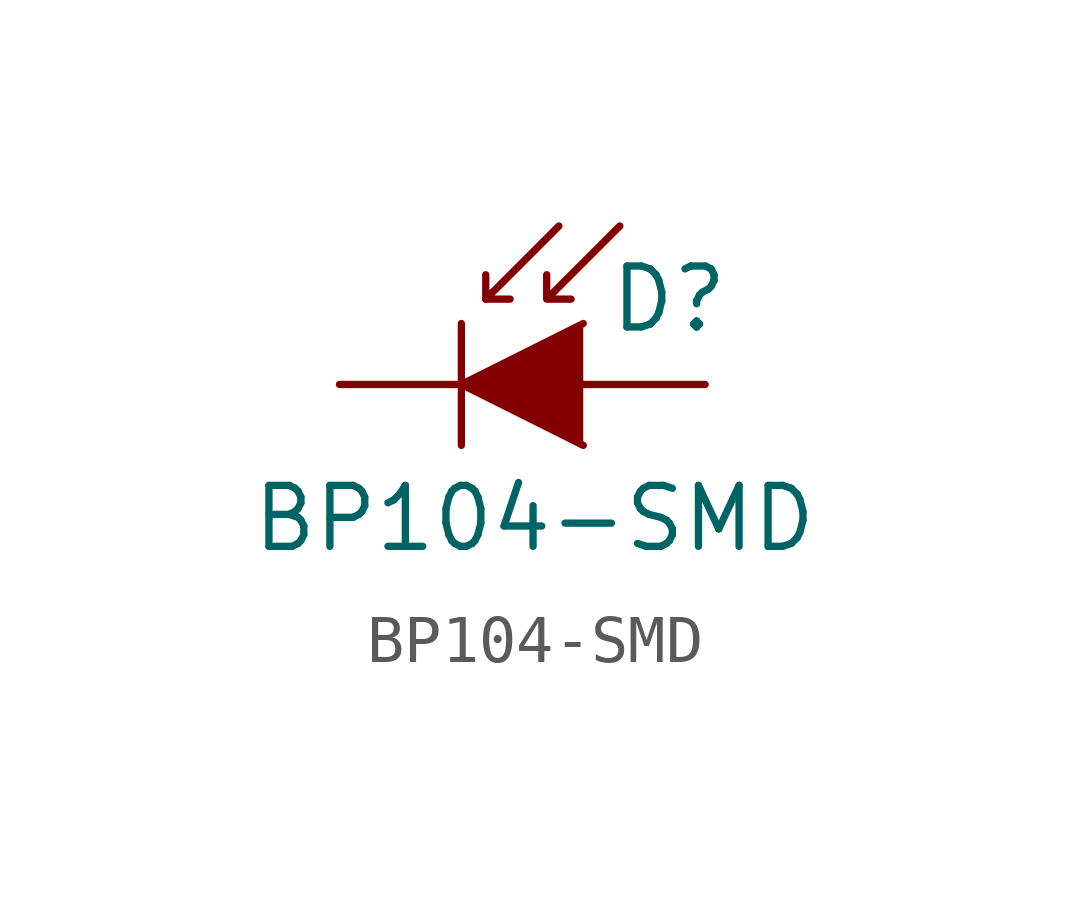
<source format=kicad_sym>
(kicad_symbol_lib
  (version 20211014)
  (generator kicad_symbol_editor)
  (symbol "BP104-SMD"
    (pin_numbers hide)
    (pin_names
      (offset 1.016) hide)
    (property "Reference" "D"
      (at 0.508 1.778 0)
      (effects (font (size 1.27 1.27)) (justify left)))
    (property "Value" "BP104-SMD"
      (at -1.016 -2.794 0)
      (effects (font (size 1.27 1.27))))
    (property "Datasheet" ""
      (at -1.27 0 0)
      (effects (font (size 1.27 1.27))))
    (symbol "BP104-SMD_0_1"
      (polyline (pts (xy -2.54 1.27) (xy -2.54 -1.27)) (stroke (width 0.152) (type default) (color 0 0 0 0)) (fill (type none)))
      (polyline (pts (xy -2.032 1.778) (xy -1.524 1.778)) (stroke (width 0) (type default) (color 0 0 0 0)) (fill (type none)))
      (polyline (pts (xy -0.508 3.302) (xy -2.032 1.778) (xy -2.032 2.286)) (stroke (width 0) (type default) (color 0 0 0 0)) (fill (type none)))
      (polyline (pts (xy 0 1.27) (xy -2.54 0) (xy 0 -1.27)) (stroke (width 0) (type default) (color 0 0 0 0)) (fill (type outline)))
      (polyline (pts (xy 0.762 3.302) (xy -0.762 1.778) (xy -0.762 2.286) (xy -0.762 1.778) (xy -0.254 1.778)) (stroke (width 0) (type default) (color 0 0 0 0)) (fill (type none))))
    (symbol "BP104-SMD_1_1"
      (pin passive line (at -5.08 0 0) (length 2.54) (name "K" (effects (font (size 1.27 1.27)))) (number "1" (effects (font (size 1.27 1.27)))))
      (pin passive line (at 2.54 0 180) (length 2.54) (name "A" (effects (font (size 1.27 1.27)))) (number "2" (effects (font (size 1.27 1.27))))))))
</source>
